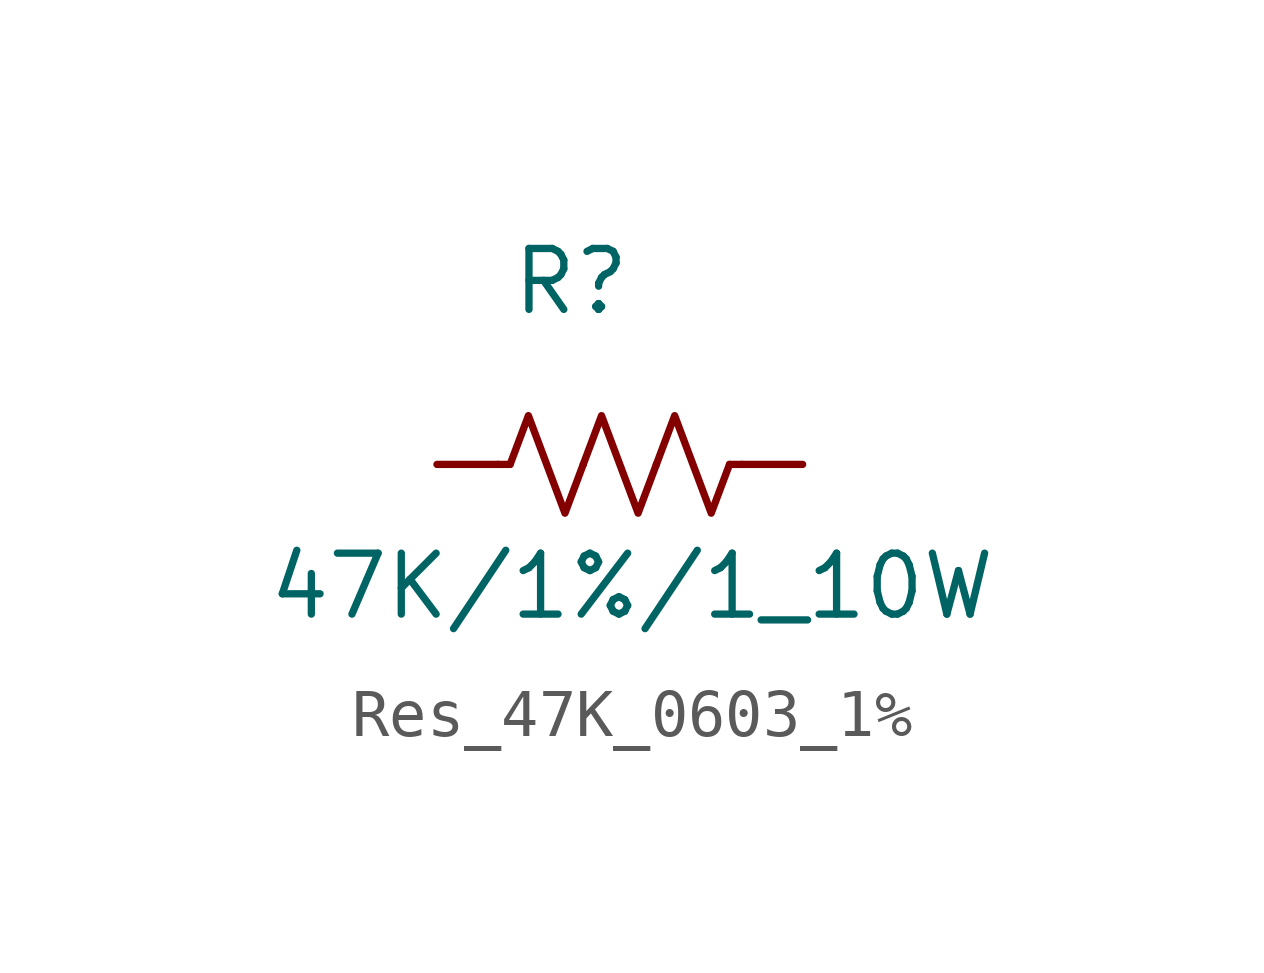
<source format=kicad_sym>
(kicad_symbol_lib
  (version 20231120)
  (generator "kicad_symbol_editor")
  (generator_version "8.0")
  (symbol "Res_47K_0603_1%"
    (pin_numbers hide)
    (pin_names hide)
    (property "Reference" "R"
      (at 2.794 3.81 0)
      (effects (font (size 1.27 1.27))))
    (property "Value" "47K/1%/1_10W"
      (at 4.064 -2.54 0)
      (effects (font (size 1.27 1.27))))
    (symbol "Res_47K_0603_1%_0_1"
      (polyline (pts (xy 1.524 0) (xy 1.27 0)) (stroke (width 0) (type default)) (fill (type none)))
      (polyline (pts (xy 6.096 0) (xy 6.35 0)) (stroke (width 0) (type default)) (fill (type none)))
      (polyline (pts (xy 1.524 0) (xy 1.905 1.016) (xy 2.286 0) (xy 2.667 -1.016) (xy 3.048 0)) (stroke (width 0) (type default)) (fill (type none)))
      (polyline (pts (xy 3.048 0) (xy 3.429 1.016) (xy 3.81 0) (xy 4.191 -1.016) (xy 4.572 0)) (stroke (width 0) (type default)) (fill (type none)))
      (polyline (pts (xy 4.572 0) (xy 4.953 1.016) (xy 5.334 0) (xy 5.715 -1.016) (xy 6.096 0)) (stroke (width 0) (type default)) (fill (type none))))
    (symbol "Res_47K_0603_1%_1_1"
      (pin passive line (at 0 0 0) (length 1.27) (name "~" (effects (font (size 1.27 1.27)))) (number "1" (effects (font (size 1.27 1.27)))))
      (pin passive line (at 7.62 0 180) (length 1.27) (name "~" (effects (font (size 1.27 1.27)))) (number "2" (effects (font (size 1.27 1.27))))))))
</source>
